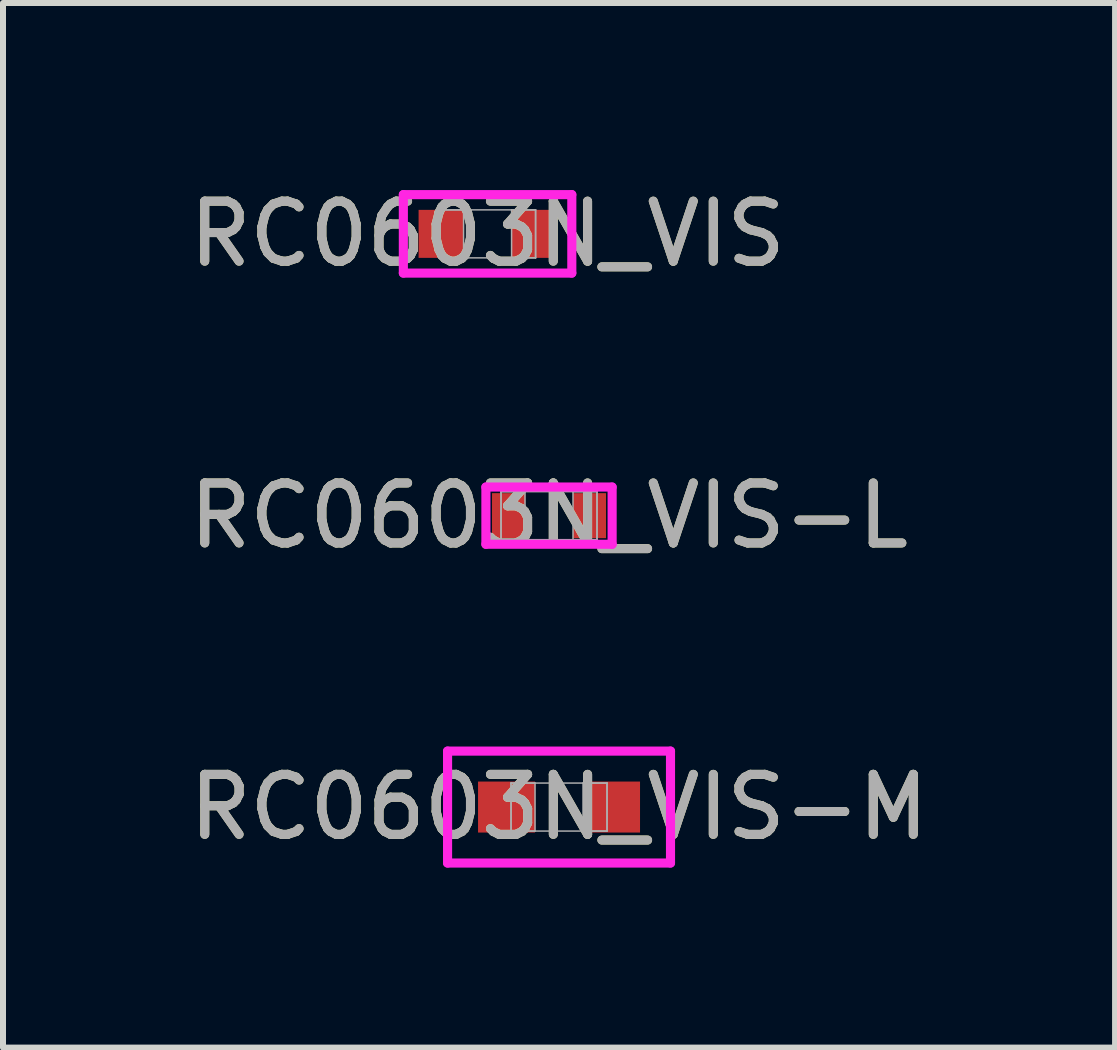
<source format=kicad_pcb>
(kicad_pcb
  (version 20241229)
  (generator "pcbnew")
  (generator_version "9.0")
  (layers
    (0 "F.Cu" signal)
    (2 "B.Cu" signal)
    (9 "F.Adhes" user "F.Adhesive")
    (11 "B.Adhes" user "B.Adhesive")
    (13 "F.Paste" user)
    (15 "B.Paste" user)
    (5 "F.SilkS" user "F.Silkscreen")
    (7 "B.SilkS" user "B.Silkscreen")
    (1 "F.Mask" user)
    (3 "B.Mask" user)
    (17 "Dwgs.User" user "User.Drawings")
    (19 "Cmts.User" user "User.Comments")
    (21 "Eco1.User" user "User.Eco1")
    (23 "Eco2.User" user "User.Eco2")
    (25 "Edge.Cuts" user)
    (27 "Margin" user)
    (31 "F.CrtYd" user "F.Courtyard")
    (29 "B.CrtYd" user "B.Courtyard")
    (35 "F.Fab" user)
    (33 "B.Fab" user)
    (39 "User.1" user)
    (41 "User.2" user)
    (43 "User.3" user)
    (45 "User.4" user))
  (footprint "RC0603N_VIS-M"
    (layer "F.Cu")
    (at 6.268 10.402)
    (property "Reference" "RC0603N_VIS-M" (at 0 0 0) (unlocked yes) (layer "F.SilkS") (effects (font (size 1 1) (thickness 0.15))))
    (attr smd)
    (fp_line (start -1.858 -0.933) (end 1.858 -0.933) (stroke (width 0.152) (type solid)) (layer "F.CrtYd"))
    (fp_line (start -1.858 0.933) (end -1.858 -0.933) (stroke (width 0.152) (type solid)) (layer "F.CrtYd"))
    (fp_line (start 1.858 -0.933) (end 1.858 0.933) (stroke (width 0.152) (type solid)) (layer "F.CrtYd"))
    (fp_line (start 1.858 0.933) (end -1.858 0.933) (stroke (width 0.152) (type solid)) (layer "F.CrtYd"))
    (fp_line (start -0.8 -0.4) (end -0.8 0.4) (stroke (width 0.025) (type solid)) (layer "F.Fab"))
    (fp_line (start -0.8 -0.4) (end -0.8 0.4) (stroke (width 0.025) (type solid)) (layer "F.Fab"))
    (fp_line (start -0.8 0.4) (end -0.4 0.4) (stroke (width 0.025) (type solid)) (layer "F.Fab"))
    (fp_line (start -0.8 0.4) (end 0.8 0.4) (stroke (width 0.025) (type solid)) (layer "F.Fab"))
    (fp_line (start -0.4 -0.4) (end -0.8 -0.4) (stroke (width 0.025) (type solid)) (layer "F.Fab"))
    (fp_line (start -0.4 0.4) (end -0.4 -0.4) (stroke (width 0.025) (type solid)) (layer "F.Fab"))
    (fp_line (start 0.4 -0.4) (end 0.4 0.4) (stroke (width 0.025) (type solid)) (layer "F.Fab"))
    (fp_line (start 0.4 0.4) (end 0.8 0.4) (stroke (width 0.025) (type solid)) (layer "F.Fab"))
    (fp_line (start 0.8 -0.4) (end -0.8 -0.4) (stroke (width 0.025) (type solid)) (layer "F.Fab"))
    (fp_line (start 0.8 -0.4) (end 0.4 -0.4) (stroke (width 0.025) (type solid)) (layer "F.Fab"))
    (fp_line (start 0.8 0.4) (end 0.8 -0.4) (stroke (width 0.025) (type solid)) (layer "F.Fab"))
    (fp_line (start 0.8 0.4) (end 0.8 -0.4) (stroke (width 0.025) (type solid)) (layer "F.Fab"))
    (fp_text user "${REFERENCE}" (at 0 0 0) (unlocked yes) (layer "F.Fab") (effects (font (size 1 1) (thickness 0.15))))
    (pad "1" smd rect (at -0.875 0) (size 0.95 0.85) (layers "F.Cu" "F.Mask" "F.Paste"))
    (pad "2" smd rect (at 0.875 0) (size 0.95 0.85) (layers "F.Cu" "F.Mask" "F.Paste"))
    (zone (net_name "") (layer "F.Cu") (hatch full 0.508) (connect_pads) (min_thickness 0.254) (filled_areas_thickness no) (keepout (tracks not_allowed) (vias not_allowed) (pads allowed) (copperpour not_allowed) (footprints allowed)) (placement (enabled no)) (fill) (polygon (pts (xy 5.919 10.053) (xy 6.617 10.053) (xy 6.617 10.751) (xy 5.919 10.751)))))
  (footprint "RC0603N_VIS-L"
    (layer "F.Cu")
    (at 6.101 5.545)
    (property "Reference" "RC0603N_VIS-L" (at 0 0 0) (unlocked yes) (layer "F.SilkS") (effects (font (size 1 1) (thickness 0.15))))
    (attr smd)
    (fp_line (start -1.052 -0.477) (end 1.052 -0.477) (stroke (width 0.152) (type solid)) (layer "F.CrtYd"))
    (fp_line (start -1.052 0.477) (end -1.052 -0.477) (stroke (width 0.152) (type solid)) (layer "F.CrtYd"))
    (fp_line (start 1.052 -0.477) (end 1.052 0.477) (stroke (width 0.152) (type solid)) (layer "F.CrtYd"))
    (fp_line (start 1.052 0.477) (end -1.052 0.477) (stroke (width 0.152) (type solid)) (layer "F.CrtYd"))
    (fp_line (start -0.8 -0.4) (end -0.8 0.4) (stroke (width 0.025) (type solid)) (layer "F.Fab"))
    (fp_line (start -0.8 -0.4) (end -0.8 0.4) (stroke (width 0.025) (type solid)) (layer "F.Fab"))
    (fp_line (start -0.8 0.4) (end -0.4 0.4) (stroke (width 0.025) (type solid)) (layer "F.Fab"))
    (fp_line (start -0.8 0.4) (end 0.8 0.4) (stroke (width 0.025) (type solid)) (layer "F.Fab"))
    (fp_line (start -0.4 -0.4) (end -0.8 -0.4) (stroke (width 0.025) (type solid)) (layer "F.Fab"))
    (fp_line (start -0.4 0.4) (end -0.4 -0.4) (stroke (width 0.025) (type solid)) (layer "F.Fab"))
    (fp_line (start 0.4 -0.4) (end 0.4 0.4) (stroke (width 0.025) (type solid)) (layer "F.Fab"))
    (fp_line (start 0.4 0.4) (end 0.8 0.4) (stroke (width 0.025) (type solid)) (layer "F.Fab"))
    (fp_line (start 0.8 -0.4) (end -0.8 -0.4) (stroke (width 0.025) (type solid)) (layer "F.Fab"))
    (fp_line (start 0.8 -0.4) (end 0.4 -0.4) (stroke (width 0.025) (type solid)) (layer "F.Fab"))
    (fp_line (start 0.8 0.4) (end 0.8 -0.4) (stroke (width 0.025) (type solid)) (layer "F.Fab"))
    (fp_line (start 0.8 0.4) (end 0.8 -0.4) (stroke (width 0.025) (type solid)) (layer "F.Fab"))
    (fp_text user "${REFERENCE}" (at 0 0 0) (unlocked yes) (layer "F.Fab") (effects (font (size 1 1) (thickness 0.15))))
    (pad "1" smd rect (at -0.675 0) (size 0.55 0.75) (layers "F.Cu" "F.Mask" "F.Paste"))
    (pad "2" smd rect (at 0.675 0) (size 0.55 0.75) (layers "F.Cu" "F.Mask" "F.Paste"))
    (zone (net_name "") (layer "F.Cu") (hatch full 0.508) (connect_pads) (min_thickness 0.254) (filled_areas_thickness no) (keepout (tracks not_allowed) (vias not_allowed) (pads allowed) (copperpour not_allowed) (footprints allowed)) (placement (enabled no)) (fill) (polygon (pts (xy 5.752 5.196) (xy 6.45 5.196) (xy 6.45 5.894) (xy 5.752 5.894)))))
  (footprint "RC0603N_VIS"
    (layer "F.Cu")
    (at 5.077 0.848)
    (property "Reference" "RC0603N_VIS" (at 0 0 0) (unlocked yes) (layer "F.SilkS") (effects (font (size 1 1) (thickness 0.15))))
    (attr smd)
    (fp_line (start -1.404 -0.654) (end 1.404 -0.654) (stroke (width 0.152) (type solid)) (layer "F.CrtYd"))
    (fp_line (start -1.404 0.654) (end -1.404 -0.654) (stroke (width 0.152) (type solid)) (layer "F.CrtYd"))
    (fp_line (start 1.404 -0.654) (end 1.404 0.654) (stroke (width 0.152) (type solid)) (layer "F.CrtYd"))
    (fp_line (start 1.404 0.654) (end -1.404 0.654) (stroke (width 0.152) (type solid)) (layer "F.CrtYd"))
    (fp_line (start -0.8 -0.4) (end -0.8 0.4) (stroke (width 0.025) (type solid)) (layer "F.Fab"))
    (fp_line (start -0.8 -0.4) (end -0.8 0.4) (stroke (width 0.025) (type solid)) (layer "F.Fab"))
    (fp_line (start -0.8 0.4) (end -0.4 0.4) (stroke (width 0.025) (type solid)) (layer "F.Fab"))
    (fp_line (start -0.8 0.4) (end 0.8 0.4) (stroke (width 0.025) (type solid)) (layer "F.Fab"))
    (fp_line (start -0.4 -0.4) (end -0.8 -0.4) (stroke (width 0.025) (type solid)) (layer "F.Fab"))
    (fp_line (start -0.4 0.4) (end -0.4 -0.4) (stroke (width 0.025) (type solid)) (layer "F.Fab"))
    (fp_line (start 0.4 -0.4) (end 0.4 0.4) (stroke (width 0.025) (type solid)) (layer "F.Fab"))
    (fp_line (start 0.4 0.4) (end 0.8 0.4) (stroke (width 0.025) (type solid)) (layer "F.Fab"))
    (fp_line (start 0.8 -0.4) (end -0.8 -0.4) (stroke (width 0.025) (type solid)) (layer "F.Fab"))
    (fp_line (start 0.8 -0.4) (end 0.4 -0.4) (stroke (width 0.025) (type solid)) (layer "F.Fab"))
    (fp_line (start 0.8 0.4) (end 0.8 -0.4) (stroke (width 0.025) (type solid)) (layer "F.Fab"))
    (fp_line (start 0.8 0.4) (end 0.8 -0.4) (stroke (width 0.025) (type solid)) (layer "F.Fab"))
    (fp_text user "${REFERENCE}" (at 0 0 0) (unlocked yes) (layer "F.Fab") (effects (font (size 1 1) (thickness 0.15))))
    (pad "1" smd rect (at -0.775 0) (size 0.75 0.8) (layers "F.Cu" "F.Mask" "F.Paste"))
    (pad "2" smd rect (at 0.775 0) (size 0.75 0.8) (layers "F.Cu" "F.Mask" "F.Paste"))
    (zone (net_name "") (layer "F.Cu") (hatch full 0.508) (connect_pads) (min_thickness 0.254) (filled_areas_thickness no) (keepout (tracks not_allowed) (vias not_allowed) (pads allowed) (copperpour not_allowed) (footprints allowed)) (placement (enabled no)) (fill) (polygon (pts (xy 4.728 0.499) (xy 5.427 0.499) (xy 5.427 1.197) (xy 4.728 1.197)))))
  (gr_rect
    (start -3 -3)
    (end 15.536 14.411)
    (stroke (width 0.1) (type default))
    (fill no)
    (layer "Edge.Cuts")))
</source>
